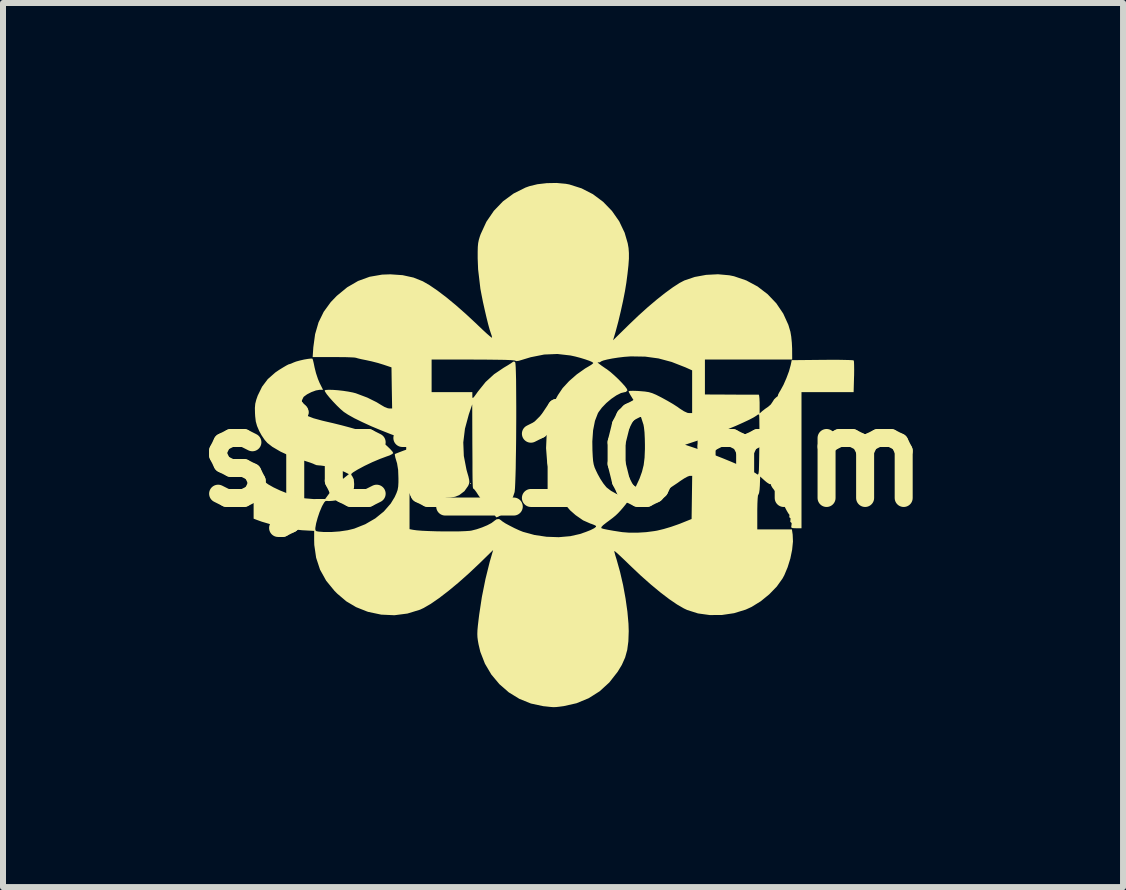
<source format=kicad_pcb>
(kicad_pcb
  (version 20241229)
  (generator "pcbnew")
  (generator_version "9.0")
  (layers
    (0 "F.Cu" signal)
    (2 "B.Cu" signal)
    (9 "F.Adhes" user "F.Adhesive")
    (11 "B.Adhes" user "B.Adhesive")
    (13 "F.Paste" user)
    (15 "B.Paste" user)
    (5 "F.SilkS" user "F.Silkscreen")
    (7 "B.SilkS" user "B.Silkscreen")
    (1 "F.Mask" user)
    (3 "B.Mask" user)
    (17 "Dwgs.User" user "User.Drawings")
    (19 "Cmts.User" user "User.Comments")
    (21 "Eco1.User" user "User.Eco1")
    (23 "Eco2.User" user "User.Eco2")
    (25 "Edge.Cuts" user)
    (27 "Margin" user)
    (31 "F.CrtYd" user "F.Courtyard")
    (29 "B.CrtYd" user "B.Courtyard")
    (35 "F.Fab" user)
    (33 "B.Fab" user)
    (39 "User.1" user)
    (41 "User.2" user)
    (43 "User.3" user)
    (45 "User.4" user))
  (footprint "sjct_10mm"
    (layer "F.Cu")
    (at 6.336 4.573)
    (property "Reference" "sjct_10mm" (at 0 0 0) (layer "F.SilkS") (effects (font (size 1.5 1.5) (thickness 0.3))))
    (attr board_only exclude_from_pos_files exclude_from_bom)
    (fp_poly (pts (xy -1.532 0.436) (xy -1.541 0.446) (xy -1.551 0.436) (xy -1.541 0.427)) (stroke (width 0) (type solid)) (fill yes) (layer "F.SilkS"))
    (fp_poly (pts (xy 0.046 -4.559) (xy 0.105 -4.548) (xy 0.309 -4.483) (xy 0.498 -4.386) (xy 0.668 -4.259) (xy 0.815 -4.107) (xy 0.936 -3.934) (xy 1.027 -3.743) (xy 1.078 -3.568) (xy 1.092 -3.488) (xy 1.098 -3.405) (xy 1.098 -3.31) (xy 1.09 -3.198) (xy 1.075 -3.062) (xy 1.055 -2.908) (xy 1.032 -2.768) (xy 1 -2.605) (xy 0.962 -2.433) (xy 0.922 -2.265) (xy 0.882 -2.115) (xy 0.874 -2.086) (xy 0.834 -1.951) (xy 1.101 -2.213) (xy 1.255 -2.36) (xy 1.409 -2.499) (xy 1.56 -2.627) (xy 1.701 -2.739) (xy 1.83 -2.833) (xy 1.941 -2.905) (xy 2.021 -2.947) (xy 2.195 -3.006) (xy 2.386 -3.041) (xy 2.583 -3.051) (xy 2.771 -3.034) (xy 2.85 -3.018) (xy 3.055 -2.948) (xy 3.243 -2.847) (xy 3.411 -2.718) (xy 3.555 -2.567) (xy 3.671 -2.395) (xy 3.756 -2.208) (xy 3.79 -2.094) (xy 3.804 -2.012) (xy 3.814 -1.911) (xy 3.819 -1.811) (xy 3.819 -1.798) (xy 3.82 -1.629) (xy 3.093 -1.629) (xy 2.365 -1.629) (xy 2.365 -1.338) (xy 2.365 -1.047) (xy 2.807 -1.045) (xy 2.934 -1.044) (xy 3.048 -1.044) (xy 3.143 -1.044) (xy 3.214 -1.044) (xy 3.255 -1.044) (xy 3.262 -1.045) (xy 3.269 -1.028) (xy 3.274 -0.981) (xy 3.277 -0.914) (xy 3.277 -0.889) (xy 3.277 -0.73) (xy 3.32 -0.769) (xy 3.37 -0.808) (xy 3.418 -0.841) (xy 3.462 -0.879) (xy 3.49 -0.92) (xy 3.519 -0.966) (xy 3.551 -0.997) (xy 3.579 -1.019) (xy 3.582 -1.028) (xy 3.584 -1.042) (xy 3.603 -1.08) (xy 3.626 -1.118) (xy 3.675 -1.208) (xy 3.724 -1.32) (xy 3.767 -1.435) (xy 3.795 -1.537) (xy 3.796 -1.541) (xy 3.812 -1.619) (xy 4.323 -1.624) (xy 4.46 -1.625) (xy 4.584 -1.625) (xy 4.69 -1.623) (xy 4.773 -1.621) (xy 4.827 -1.618) (xy 4.846 -1.614) (xy 4.85 -1.591) (xy 4.852 -1.536) (xy 4.853 -1.457) (xy 4.852 -1.363) (xy 4.851 -1.343) (xy 4.844 -1.086) (xy 4.41 -1.086) (xy 3.975 -1.086) (xy 3.975 0.048) (xy 3.975 1.183) (xy 3.885 1.183) (xy 3.831 1.181) (xy 3.807 1.173) (xy 3.804 1.153) (xy 3.808 1.134) (xy 3.811 1.096) (xy 3.799 1.086) (xy 3.787 1.071) (xy 3.791 1.047) (xy 3.792 1.015) (xy 3.781 1.008) (xy 3.769 0.996) (xy 3.773 0.987) (xy 3.774 0.959) (xy 3.769 0.953) (xy 3.753 0.931) (xy 3.725 0.883) (xy 3.691 0.817) (xy 3.678 0.791) (xy 3.633 0.709) (xy 3.581 0.627) (xy 3.534 0.563) (xy 3.528 0.557) (xy 3.49 0.508) (xy 3.468 0.47) (xy 3.466 0.453) (xy 3.469 0.446) (xy 3.463 0.45) (xy 3.44 0.446) (xy 3.4 0.421) (xy 3.366 0.393) (xy 3.286 0.321) (xy 3.281 0.471) (xy 3.276 0.541) (xy 3.268 0.594) (xy 3.259 0.619) (xy 3.257 0.62) (xy 3.249 0.639) (xy 3.244 0.691) (xy 3.24 0.773) (xy 3.238 0.878) (xy 3.238 0.911) (xy 3.238 1.202) (xy 3.527 1.202) (xy 3.815 1.202) (xy 3.828 1.288) (xy 3.833 1.404) (xy 3.819 1.541) (xy 3.789 1.688) (xy 3.744 1.833) (xy 3.689 1.965) (xy 3.658 2.022) (xy 3.563 2.155) (xy 3.438 2.284) (xy 3.296 2.4) (xy 3.144 2.494) (xy 3.046 2.539) (xy 2.851 2.599) (xy 2.648 2.629) (xy 2.445 2.63) (xy 2.25 2.603) (xy 2.07 2.546) (xy 2.013 2.519) (xy 1.901 2.454) (xy 1.769 2.364) (xy 1.621 2.251) (xy 1.463 2.12) (xy 1.298 1.974) (xy 1.133 1.818) (xy 1.11 1.796) (xy 1.03 1.718) (xy 0.959 1.651) (xy 0.904 1.6) (xy 0.867 1.569) (xy 0.853 1.562) (xy 0.853 1.562) (xy 0.859 1.589) (xy 0.873 1.641) (xy 0.893 1.705) (xy 0.95 1.909) (xy 1.001 2.13) (xy 1.042 2.355) (xy 1.073 2.574) (xy 1.091 2.776) (xy 1.095 2.899) (xy 1.089 3.068) (xy 1.07 3.211) (xy 1.035 3.338) (xy 0.98 3.461) (xy 0.911 3.575) (xy 0.772 3.753) (xy 0.61 3.901) (xy 0.426 4.017) (xy 0.225 4.1) (xy 0.012 4.148) (xy -0.063 4.158) (xy -0.118 4.164) (xy -0.165 4.165) (xy -0.217 4.161) (xy -0.289 4.153) (xy -0.33 4.149) (xy -0.535 4.105) (xy -0.728 4.027) (xy -0.904 3.919) (xy -1.061 3.782) (xy -1.195 3.622) (xy -1.302 3.441) (xy -1.379 3.243) (xy -1.409 3.116) (xy -1.42 3.053) (xy -1.427 2.999) (xy -1.429 2.946) (xy -1.427 2.885) (xy -1.42 2.808) (xy -1.408 2.706) (xy -1.398 2.624) (xy -1.353 2.328) (xy -1.293 2.029) (xy -1.223 1.746) (xy -1.204 1.68) (xy -1.165 1.546) (xy -1.382 1.758) (xy -1.566 1.932) (xy -1.744 2.09) (xy -1.912 2.229) (xy -2.067 2.348) (xy -2.206 2.444) (xy -2.325 2.513) (xy -2.385 2.541) (xy -2.594 2.605) (xy -2.811 2.633) (xy -3.031 2.623) (xy -3.249 2.577) (xy -3.267 2.571) (xy -3.45 2.498) (xy -3.612 2.402) (xy -3.763 2.274) (xy -3.81 2.227) (xy -3.949 2.057) (xy -4.051 1.873) (xy -4.116 1.675) (xy -4.147 1.461) (xy -4.149 1.384) (xy -4.149 1.227) (xy -4.35 1.216) (xy -4.463 1.204) (xy -4.599 1.181) (xy -4.746 1.149) (xy -4.892 1.112) (xy -5.024 1.073) (xy -5.104 1.044) (xy -5.158 1.023) (xy -5.158 0.687) (xy -5.158 0.352) (xy -5.095 0.353) (xy -5.021 0.373) (xy -4.973 0.409) (xy -4.914 0.452) (xy -4.826 0.502) (xy -4.718 0.553) (xy -4.599 0.601) (xy -4.478 0.643) (xy -4.452 0.651) (xy -4.308 0.684) (xy -4.164 0.696) (xy -4.13 0.696) (xy -3.965 0.695) (xy -3.878 0.576) (xy -3.816 0.5) (xy -3.741 0.423) (xy -3.68 0.369) (xy -3.57 0.281) (xy -3.638 0.246) (xy -3.7 0.22) (xy -3.785 0.193) (xy -3.879 0.167) (xy -3.969 0.147) (xy -4.041 0.137) (xy -4.061 0.136) (xy -4.11 0.131) (xy -4.141 0.119) (xy -4.166 0.107) (xy -4.22 0.087) (xy -4.295 0.063) (xy -4.372 0.04) (xy -4.548 -0.02) (xy -4.709 -0.094) (xy -4.847 -0.175) (xy -4.929 -0.239) (xy -4.976 -0.293) (xy -5.026 -0.367) (xy -5.065 -0.438) (xy -5.101 -0.522) (xy -5.122 -0.597) (xy -5.132 -0.682) (xy -5.135 -0.731) (xy -5.137 -0.822) (xy -5.131 -0.892) (xy -5.114 -0.959) (xy -5.09 -1.028) (xy -5.017 -1.177) (xy -4.922 -1.303) (xy -4.796 -1.414) (xy -4.736 -1.455) (xy -4.668 -1.497) (xy -4.612 -1.53) (xy -4.575 -1.549) (xy -4.567 -1.551) (xy -4.537 -1.56) (xy -4.492 -1.58) (xy -4.492 -1.58) (xy -4.45 -1.596) (xy -4.388 -1.613) (xy -4.319 -1.629) (xy -4.254 -1.64) (xy -4.202 -1.646) (xy -4.177 -1.644) (xy -4.177 -1.643) (xy -4.169 -1.621) (xy -4.157 -1.571) (xy -4.143 -1.503) (xy -4.141 -1.494) (xy -4.118 -1.402) (xy -4.086 -1.306) (xy -4.058 -1.239) (xy -4.001 -1.125) (xy -4.057 -1.125) (xy -4.12 -1.114) (xy -4.196 -1.086) (xy -4.268 -1.049) (xy -4.321 -1.01) (xy -4.328 -1.001) (xy -4.352 -0.951) (xy -4.362 -0.883) (xy -4.36 -0.812) (xy -4.345 -0.755) (xy -4.329 -0.732) (xy -4.262 -0.69) (xy -4.158 -0.65) (xy -4.015 -0.611) (xy -3.965 -0.599) (xy -3.827 -0.567) (xy -3.686 -0.532) (xy -3.548 -0.495) (xy -3.421 -0.459) (xy -3.311 -0.425) (xy -3.227 -0.396) (xy -3.179 -0.376) (xy -3.129 -0.345) (xy -3.066 -0.299) (xy -3 -0.245) (xy -2.935 -0.189) (xy -2.881 -0.137) (xy -2.844 -0.095) (xy -2.831 -0.071) (xy -2.848 -0.054) (xy -2.892 -0.031) (xy -2.941 -0.014) (xy -3.051 0.027) (xy -3.179 0.081) (xy -3.307 0.142) (xy -3.421 0.203) (xy -3.446 0.218) (xy -3.501 0.252) (xy -3.528 0.275) (xy -3.531 0.292) (xy -3.517 0.313) (xy -3.514 0.316) (xy -3.489 0.366) (xy -3.482 0.445) (xy -3.482 0.452) (xy -3.485 0.51) (xy -3.498 0.551) (xy -3.529 0.588) (xy -3.568 0.623) (xy -3.632 0.67) (xy -3.699 0.699) (xy -3.776 0.717) (xy -3.846 0.726) (xy -3.905 0.73) (xy -3.935 0.727) (xy -3.959 0.729) (xy -3.982 0.753) (xy -4.012 0.806) (xy -4.022 0.826) (xy -4.059 0.914) (xy -4.091 1.01) (xy -4.116 1.101) (xy -4.129 1.175) (xy -4.13 1.195) (xy -4.127 1.218) (xy -4.111 1.232) (xy -4.074 1.239) (xy -4.008 1.244) (xy -3.999 1.245) (xy -3.866 1.246) (xy -3.725 1.236) (xy -3.59 1.216) (xy -3.515 1.198) (xy -2.559 1.198) (xy -2.496 1.21) (xy -2.436 1.218) (xy -2.346 1.225) (xy -2.234 1.23) (xy -2.108 1.234) (xy -1.977 1.236) (xy -1.847 1.236) (xy -1.729 1.235) (xy -1.628 1.231) (xy -1.554 1.226) (xy -1.527 1.222) (xy -1.44 1.2) (xy -1.349 1.169) (xy -1.263 1.133) (xy -1.193 1.096) (xy -1.149 1.063) (xy -1.146 1.06) (xy -1.109 1.034) (xy -1.067 1.029) (xy -1.038 1.047) (xy -1.011 1.069) (xy -0.959 1.103) (xy -0.888 1.141) (xy -0.81 1.181) (xy -0.732 1.217) (xy -0.667 1.243) (xy -0.477 1.295) (xy -0.275 1.325) (xy -0.071 1.332) (xy 0.122 1.315) (xy 0.281 1.279) (xy 0.379 1.245) (xy 0.46 1.213) (xy 0.519 1.183) (xy 0.549 1.159) (xy 0.55 1.145) (xy 0.522 1.129) (xy 0.473 1.11) (xy 0.456 1.105) (xy 0.334 1.051) (xy 0.21 0.965) (xy 0.119 0.885) (xy -0.022 0.722) (xy -0.133 0.536) (xy -0.214 0.327) (xy -0.264 0.097) (xy -0.283 -0.153) (xy -0.278 -0.265) (xy 0.488 -0.265) (xy 0.49 -0.116) (xy 0.495 -0.014) (xy 0.501 0.061) (xy 0.511 0.118) (xy 0.526 0.169) (xy 0.55 0.223) (xy 0.578 0.281) (xy 0.623 0.362) (xy 0.673 0.438) (xy 0.72 0.496) (xy 0.73 0.506) (xy 0.799 0.559) (xy 0.883 0.606) (xy 0.969 0.641) (xy 1.042 0.659) (xy 1.055 0.659) (xy 1.092 0.666) (xy 1.102 0.687) (xy 1.086 0.727) (xy 1.042 0.788) (xy 1.01 0.827) (xy 0.959 0.887) (xy 0.917 0.932) (xy 0.876 0.971) (xy 0.826 1.012) (xy 0.757 1.064) (xy 0.728 1.085) (xy 0.668 1.132) (xy 0.639 1.163) (xy 0.639 1.181) (xy 0.642 1.183) (xy 0.676 1.194) (xy 0.744 1.208) (xy 0.839 1.225) (xy 0.955 1.243) (xy 0.989 1.248) (xy 1.104 1.257) (xy 1.242 1.257) (xy 1.387 1.248) (xy 1.524 1.23) (xy 1.57 1.222) (xy 1.678 1.196) (xy 1.799 1.16) (xy 1.914 1.12) (xy 1.952 1.106) (xy 2.143 1.029) (xy 2.148 0.67) (xy 2.153 0.31) (xy 2.109 0.31) (xy 2.075 0.322) (xy 2.02 0.352) (xy 1.953 0.396) (xy 1.91 0.427) (xy 1.748 0.535) (xy 1.594 0.611) (xy 1.44 0.656) (xy 1.292 0.675) (xy 1.216 0.677) (xy 1.159 0.675) (xy 1.13 0.67) (xy 1.127 0.667) (xy 1.138 0.643) (xy 1.163 0.593) (xy 1.196 0.525) (xy 1.215 0.485) (xy 1.275 0.356) (xy 1.316 0.242) (xy 1.344 0.13) (xy 1.359 0.008) (xy 1.365 -0.137) (xy 1.365 -0.194) (xy 1.365 -0.209) (xy 2.034 -0.209) (xy 2.256 -0.135) (xy 2.383 -0.09) (xy 2.521 -0.039) (xy 2.661 0.016) (xy 2.8 0.073) (xy 2.929 0.128) (xy 3.044 0.18) (xy 3.138 0.226) (xy 3.205 0.262) (xy 3.228 0.278) (xy 3.24 0.286) (xy 3.249 0.287) (xy 3.256 0.278) (xy 3.261 0.253) (xy 3.265 0.21) (xy 3.267 0.143) (xy 3.269 0.05) (xy 3.271 -0.076) (xy 3.272 -0.198) (xy 3.273 -0.334) (xy 3.274 -0.457) (xy 3.273 -0.562) (xy 3.272 -0.643) (xy 3.27 -0.695) (xy 3.268 -0.714) (xy 3.247 -0.711) (xy 3.224 -0.694) (xy 3.18 -0.666) (xy 3.106 -0.627) (xy 3.006 -0.58) (xy 2.888 -0.527) (xy 2.756 -0.472) (xy 2.616 -0.415) (xy 2.474 -0.361) (xy 2.335 -0.31) (xy 2.224 -0.272) (xy 2.034 -0.209) (xy 1.365 -0.209) (xy 1.363 -0.311) (xy 1.358 -0.416) (xy 1.349 -0.498) (xy 1.341 -0.543) (xy 1.295 -0.685) (xy 1.242 -0.819) (xy 1.187 -0.934) (xy 1.151 -0.992) (xy 1.118 -1.046) (xy 1.097 -1.086) (xy 1.094 -1.103) (xy 1.116 -1.107) (xy 1.167 -1.108) (xy 1.239 -1.106) (xy 1.281 -1.103) (xy 1.365 -1.096) (xy 1.429 -1.086) (xy 1.487 -1.069) (xy 1.551 -1.042) (xy 1.634 -1) (xy 1.651 -0.991) (xy 1.742 -0.941) (xy 1.833 -0.888) (xy 1.909 -0.839) (xy 1.943 -0.814) (xy 2.014 -0.768) (xy 2.073 -0.741) (xy 2.099 -0.737) (xy 2.152 -0.737) (xy 2.152 -1.093) (xy 2.152 -1.449) (xy 2.041 -1.499) (xy 1.811 -1.589) (xy 1.591 -1.648) (xy 1.37 -1.678) (xy 1.137 -1.682) (xy 1.115 -1.681) (xy 1.019 -1.674) (xy 0.919 -1.662) (xy 0.822 -1.647) (xy 0.736 -1.63) (xy 0.67 -1.613) (xy 0.631 -1.597) (xy 0.624 -1.589) (xy 0.604 -1.581) (xy 0.585 -1.584) (xy 0.575 -1.584) (xy 0.594 -1.564) (xy 0.64 -1.529) (xy 0.709 -1.481) (xy 0.731 -1.467) (xy 0.79 -1.422) (xy 0.855 -1.365) (xy 0.922 -1.302) (xy 0.983 -1.239) (xy 1.033 -1.183) (xy 1.065 -1.139) (xy 1.073 -1.114) (xy 1.047 -1.089) (xy 1.029 -1.086) (xy 0.966 -1.071) (xy 0.889 -1.032) (xy 0.804 -0.974) (xy 0.721 -0.904) (xy 0.648 -0.828) (xy 0.592 -0.753) (xy 0.58 -0.732) (xy 0.532 -0.607) (xy 0.501 -0.45) (xy 0.488 -0.265) (xy -0.278 -0.265) (xy -0.272 -0.412) (xy -0.251 -0.58) (xy -0.22 -0.722) (xy -0.175 -0.853) (xy -0.113 -0.986) (xy -0.085 -1.037) (xy -0.007 -1.153) (xy 0.101 -1.27) (xy 0.229 -1.382) (xy 0.369 -1.481) (xy 0.422 -1.512) (xy 0.47 -1.541) (xy 0.499 -1.564) (xy 0.504 -1.572) (xy 0.487 -1.587) (xy 0.44 -1.608) (xy 0.371 -1.632) (xy 0.29 -1.657) (xy 0.203 -1.68) (xy 0.125 -1.697) (xy -0.094 -1.722) (xy -0.314 -1.713) (xy -0.54 -1.668) (xy -0.672 -1.628) (xy -0.739 -1.608) (xy -0.781 -1.603) (xy -0.792 -1.609) (xy -0.813 -1.615) (xy -0.873 -1.62) (xy -0.971 -1.624) (xy -1.107 -1.626) (xy -1.28 -1.628) (xy -1.49 -1.629) (xy -1.495 -1.629) (xy -2.191 -1.629) (xy -2.191 -1.357) (xy -2.191 -1.086) (xy -1.852 -1.086) (xy -1.512 -1.086) (xy -1.512 -1.025) (xy -1.511 -0.997) (xy -1.505 -0.988) (xy -1.488 -1.001) (xy -1.458 -1.041) (xy -1.418 -1.097) (xy -1.291 -1.255) (xy -1.149 -1.385) (xy -0.989 -1.493) (xy -0.922 -1.533) (xy -0.868 -1.567) (xy -0.836 -1.59) (xy -0.832 -1.594) (xy -0.813 -1.596) (xy -0.797 -1.583) (xy -0.793 -1.559) (xy -0.789 -1.499) (xy -0.786 -1.41) (xy -0.783 -1.295) (xy -0.782 -1.159) (xy -0.781 -1.006) (xy -0.78 -0.839) (xy -0.78 -0.665) (xy -0.781 -0.486) (xy -0.782 -0.308) (xy -0.784 -0.134) (xy -0.787 0.031) (xy -0.789 0.182) (xy -0.793 0.316) (xy -0.797 0.428) (xy -0.801 0.514) (xy -0.806 0.569) (xy -0.808 0.582) (xy -0.834 0.66) (xy -0.88 0.753) (xy -0.936 0.845) (xy -0.995 0.924) (xy -1.004 0.934) (xy -1.04 0.966) (xy -1.079 0.99) (xy -1.109 1.001) (xy -1.121 0.994) (xy -1.121 0.992) (xy -1.132 0.973) (xy -1.164 0.934) (xy -1.211 0.882) (xy -1.229 0.863) (xy -1.294 0.79) (xy -1.358 0.709) (xy -1.408 0.637) (xy -1.41 0.635) (xy -1.446 0.579) (xy -1.476 0.539) (xy -1.492 0.524) (xy -1.492 0.524) (xy -1.496 0.523) (xy -1.5 0.518) (xy -1.502 0.506) (xy -1.505 0.483) (xy -1.506 0.446) (xy -1.508 0.39) (xy -1.509 0.312) (xy -1.51 0.209) (xy -1.51 0.077) (xy -1.511 -0.088) (xy -1.512 -0.223) (xy -1.514 -0.882) (xy -1.571 -0.714) (xy -1.635 -0.477) (xy -1.663 -0.248) (xy -1.654 -0.022) (xy -1.61 0.205) (xy -1.601 0.239) (xy -1.577 0.321) (xy -1.565 0.375) (xy -1.562 0.413) (xy -1.568 0.444) (xy -1.582 0.477) (xy -1.644 0.565) (xy -1.731 0.631) (xy -1.799 0.658) (xy -1.88 0.672) (xy -1.984 0.678) (xy -2.097 0.675) (xy -2.205 0.665) (xy -2.289 0.649) (xy -2.366 0.629) (xy -2.444 0.613) (xy -2.477 0.608) (xy -2.559 0.596) (xy -2.559 0.897) (xy -2.559 1.198) (xy -3.515 1.198) (xy -3.48 1.189) (xy -3.297 1.116) (xy -3.13 1.019) (xy -2.987 0.903) (xy -2.873 0.772) (xy -2.807 0.664) (xy -2.777 0.598) (xy -2.758 0.545) (xy -2.748 0.489) (xy -2.744 0.418) (xy -2.744 0.349) (xy -2.749 0.21) (xy -2.767 0.1) (xy -2.779 0.061) (xy -2.796 0.003) (xy -2.804 -0.04) (xy -2.803 -0.054) (xy -2.781 -0.064) (xy -2.73 -0.084) (xy -2.659 -0.111) (xy -2.584 -0.137) (xy -2.502 -0.167) (xy -2.442 -0.193) (xy -2.408 -0.212) (xy -2.404 -0.221) (xy -2.432 -0.231) (xy -2.49 -0.251) (xy -2.569 -0.278) (xy -2.662 -0.31) (xy -2.695 -0.322) (xy -2.866 -0.383) (xy -3.035 -0.45) (xy -3.198 -0.518) (xy -3.348 -0.587) (xy -3.479 -0.651) (xy -3.584 -0.71) (xy -3.654 -0.756) (xy -3.709 -0.803) (xy -3.771 -0.863) (xy -3.835 -0.93) (xy -3.893 -0.995) (xy -3.94 -1.053) (xy -3.968 -1.096) (xy -3.974 -1.113) (xy -3.957 -1.122) (xy -3.909 -1.125) (xy -3.84 -1.124) (xy -3.756 -1.118) (xy -3.667 -1.108) (xy -3.581 -1.095) (xy -3.504 -1.08) (xy -3.454 -1.067) (xy -3.263 -0.995) (xy -3.108 -0.918) (xy -3.036 -0.874) (xy -2.978 -0.84) (xy -2.923 -0.818) (xy -2.9 -0.814) (xy -2.849 -0.814) (xy -2.855 -1.157) (xy -2.86 -1.499) (xy -2.994 -1.544) (xy -3.085 -1.572) (xy -3.19 -1.599) (xy -3.282 -1.619) (xy -3.356 -1.634) (xy -3.416 -1.648) (xy -3.45 -1.658) (xy -3.454 -1.659) (xy -3.479 -1.663) (xy -3.535 -1.666) (xy -3.618 -1.669) (xy -3.719 -1.67) (xy -3.823 -1.671) (xy -4.174 -1.671) (xy -4.163 -1.832) (xy -4.133 -2.053) (xy -4.076 -2.249) (xy -3.99 -2.425) (xy -3.872 -2.587) (xy -3.772 -2.691) (xy -3.598 -2.834) (xy -3.417 -2.939) (xy -3.225 -3.009) (xy -3.017 -3.045) (xy -2.879 -3.05) (xy -2.675 -3.036) (xy -2.493 -2.996) (xy -2.338 -2.934) (xy -2.227 -2.87) (xy -2.095 -2.78) (xy -1.946 -2.667) (xy -1.786 -2.535) (xy -1.618 -2.387) (xy -1.446 -2.227) (xy -1.411 -2.193) (xy -1.335 -2.121) (xy -1.27 -2.061) (xy -1.22 -2.018) (xy -1.19 -1.995) (xy -1.183 -1.993) (xy -1.189 -2.025) (xy -1.204 -2.069) (xy -1.224 -2.13) (xy -1.249 -2.221) (xy -1.277 -2.334) (xy -1.306 -2.459) (xy -1.335 -2.589) (xy -1.36 -2.715) (xy -1.378 -2.811) (xy -1.416 -3.134) (xy -1.423 -3.316) (xy -1.423 -3.426) (xy -1.421 -3.507) (xy -1.415 -3.57) (xy -1.404 -3.624) (xy -1.387 -3.681) (xy -1.373 -3.72) (xy -1.278 -3.926) (xy -1.153 -4.109) (xy -1.001 -4.267) (xy -0.824 -4.397) (xy -0.626 -4.496) (xy -0.562 -4.519) (xy -0.427 -4.552) (xy -0.271 -4.57) (xy -0.108 -4.573)) (stroke (width 0) (type solid)) (fill yes) (layer "F.SilkS")))
  (gr_rect
    (start -3 -3)
    (end 15.671 11.738)
    (stroke (width 0.1) (type default))
    (fill no)
    (layer "Edge.Cuts")))
</source>
